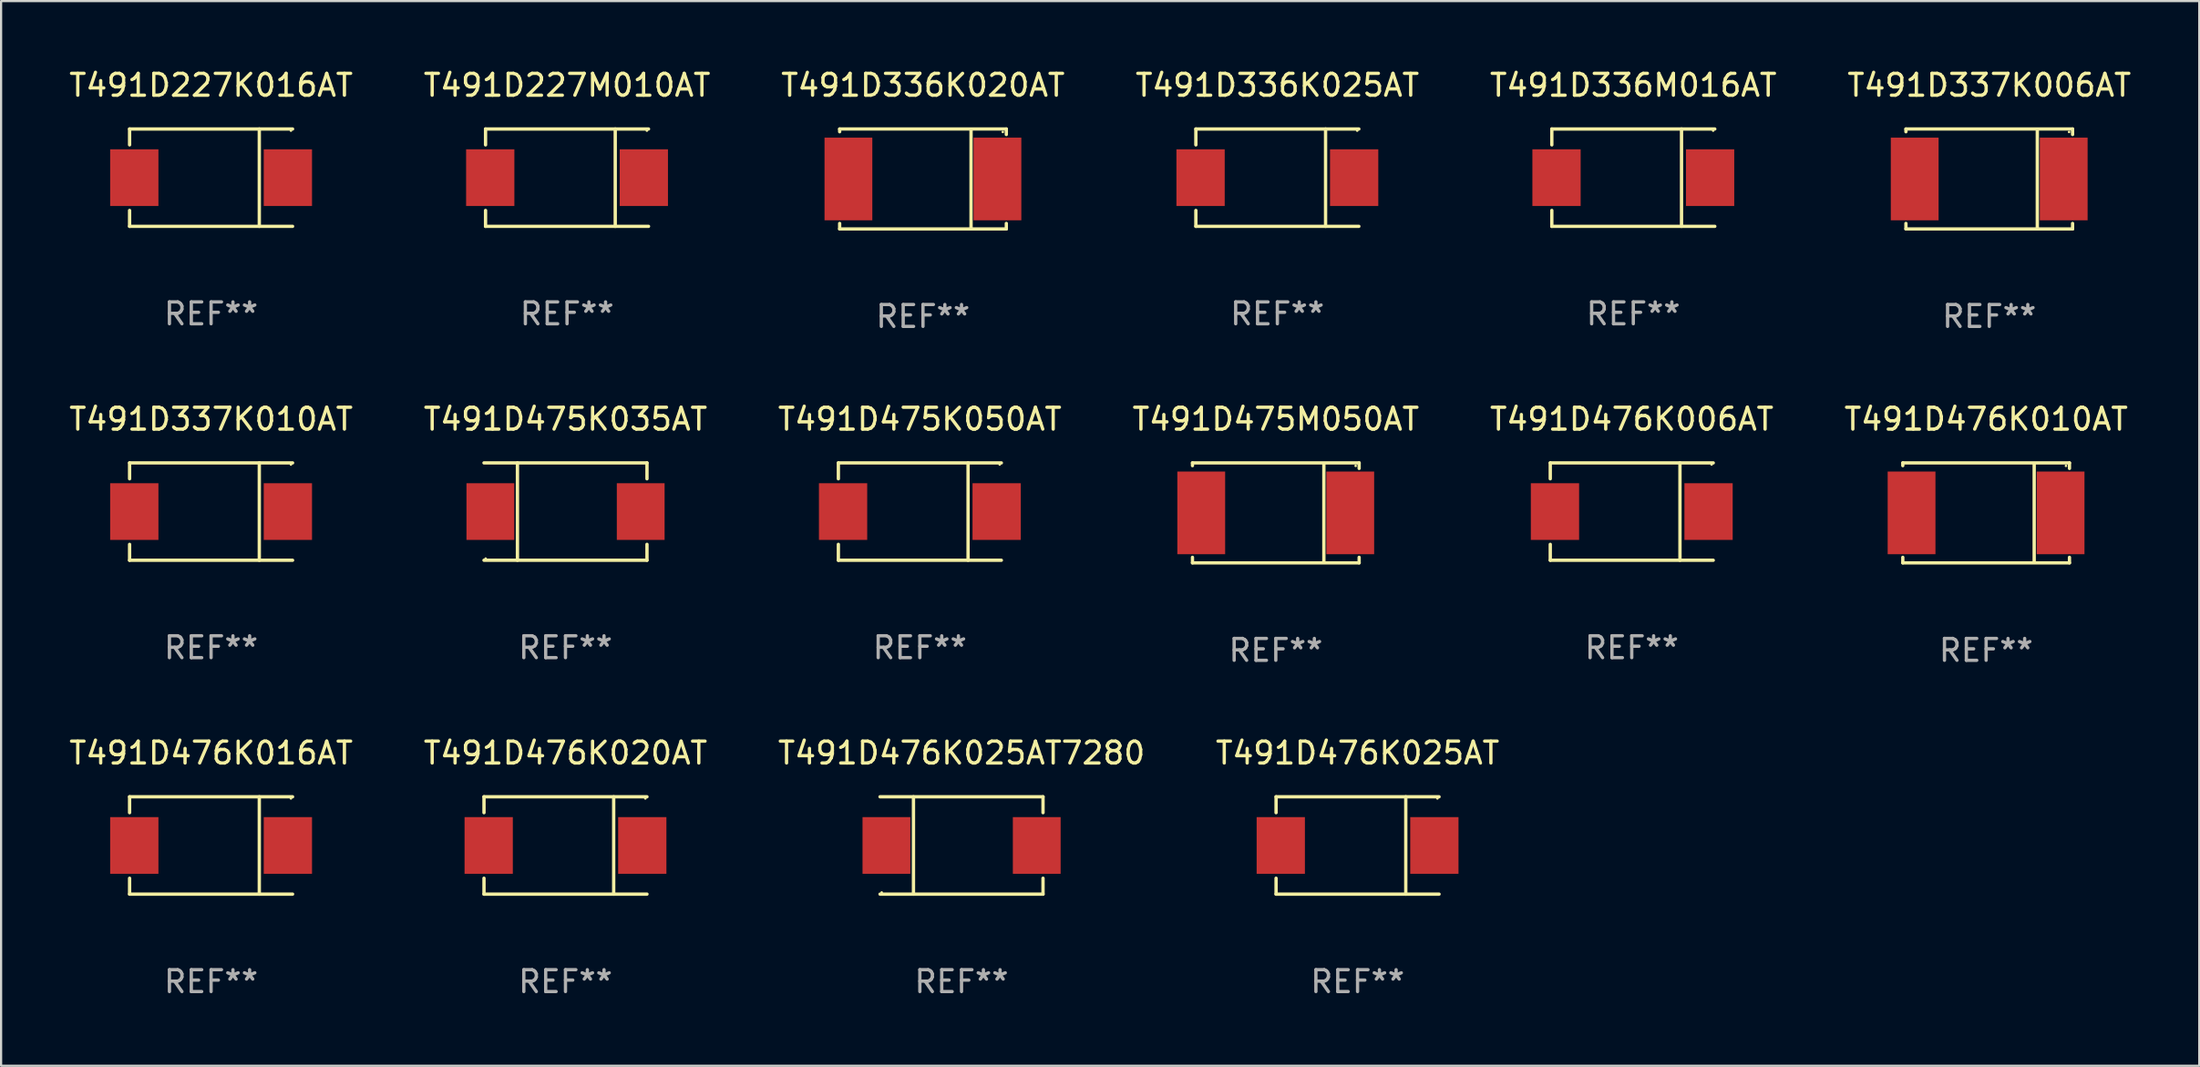
<source format=kicad_pcb>
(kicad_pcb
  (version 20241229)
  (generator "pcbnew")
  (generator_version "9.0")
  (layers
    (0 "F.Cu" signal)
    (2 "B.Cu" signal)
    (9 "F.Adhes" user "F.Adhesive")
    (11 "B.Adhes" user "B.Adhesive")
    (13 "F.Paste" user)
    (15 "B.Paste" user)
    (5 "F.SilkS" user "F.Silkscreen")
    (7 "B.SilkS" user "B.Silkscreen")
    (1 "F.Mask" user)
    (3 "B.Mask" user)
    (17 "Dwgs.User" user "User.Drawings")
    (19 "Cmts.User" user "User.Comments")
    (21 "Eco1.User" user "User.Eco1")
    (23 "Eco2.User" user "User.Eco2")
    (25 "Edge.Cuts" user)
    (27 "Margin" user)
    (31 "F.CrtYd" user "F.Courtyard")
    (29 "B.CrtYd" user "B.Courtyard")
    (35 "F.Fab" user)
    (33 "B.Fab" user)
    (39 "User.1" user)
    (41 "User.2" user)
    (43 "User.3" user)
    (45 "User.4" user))
  (footprint "T491D337K006AT"
    (layer "F.Cu")
    (at 87.899 5.134)
    (property "Reference" "T491D337K006AT" (at 0 -4.286 0) (layer "F.SilkS") (effects (font (size 1 1) (thickness 0.15))))
    (attr through_hole)
    (fp_line (start -3.81 -2.286) (end -3.81 -2.159) (stroke (width 0.15) (type solid)) (layer "F.SilkS"))
    (fp_line (start -3.81 2.032) (end -3.81 2.286) (stroke (width 0.15) (type solid)) (layer "F.SilkS"))
    (fp_line (start -3.81 2.286) (end 3.81 2.286) (stroke (width 0.15) (type solid)) (layer "F.SilkS"))
    (fp_line (start 2.197 -2.226) (end 2.197 2.226) (stroke (width 0.152) (type solid)) (layer "F.SilkS"))
    (fp_line (start 3.81 -2.286) (end -3.81 -2.286) (stroke (width 0.15) (type solid)) (layer "F.SilkS"))
    (fp_line (start 3.81 -2.032) (end 3.81 -2.286) (stroke (width 0.15) (type solid)) (layer "F.SilkS"))
    (fp_line (start 3.81 2.286) (end 3.81 2.032) (stroke (width 0.15) (type solid)) (layer "F.SilkS"))
    (fp_circle (center 3.65 -2.15) (end 3.68 -2.15) (stroke (width 0.06) (type solid)) (fill no) (layer "F.SilkS"))
    (fp_text user "REF**" (at 0 6.286 0) (layer "F.Fab") (effects (font (size 1 1) (thickness 0.15))))
    (pad "1" smd rect (at 3.404 0 180) (size 2.185 3.78) (layers "F.Cu" "F.Mask" "F.Paste"))
    (pad "2" smd rect (at -3.409 0 180) (size 2.185 3.78) (layers "F.Cu" "F.Mask" "F.Paste")))
  (footprint "T491D336K020AT"
    (layer "F.Cu")
    (at 39.149 5.134)
    (property "Reference" "T491D336K020AT" (at 0 -4.286 0) (layer "F.SilkS") (effects (font (size 1 1) (thickness 0.15))))
    (attr through_hole)
    (fp_line (start -3.81 -2.286) (end -3.81 -2.159) (stroke (width 0.15) (type solid)) (layer "F.SilkS"))
    (fp_line (start -3.81 2.032) (end -3.81 2.286) (stroke (width 0.15) (type solid)) (layer "F.SilkS"))
    (fp_line (start -3.81 2.286) (end 3.81 2.286) (stroke (width 0.15) (type solid)) (layer "F.SilkS"))
    (fp_line (start 2.197 -2.226) (end 2.197 2.226) (stroke (width 0.152) (type solid)) (layer "F.SilkS"))
    (fp_line (start 3.81 -2.286) (end -3.81 -2.286) (stroke (width 0.15) (type solid)) (layer "F.SilkS"))
    (fp_line (start 3.81 -2.032) (end 3.81 -2.286) (stroke (width 0.15) (type solid)) (layer "F.SilkS"))
    (fp_line (start 3.81 2.286) (end 3.81 2.032) (stroke (width 0.15) (type solid)) (layer "F.SilkS"))
    (fp_circle (center 3.65 -2.15) (end 3.68 -2.15) (stroke (width 0.06) (type solid)) (fill no) (layer "F.SilkS"))
    (fp_text user "REF**" (at 0 6.286 0) (layer "F.Fab") (effects (font (size 1 1) (thickness 0.15))))
    (pad "1" smd rect (at 3.404 0 180) (size 2.185 3.78) (layers "F.Cu" "F.Mask" "F.Paste"))
    (pad "2" smd rect (at -3.409 0 180) (size 2.185 3.78) (layers "F.Cu" "F.Mask" "F.Paste")))
  (footprint "T491D336K025AT"
    (layer "F.Cu")
    (at 55.351 5.074)
    (property "Reference" "T491D336K025AT" (at 0 -4.226 0) (layer "F.SilkS") (effects (font (size 1 1) (thickness 0.15))))
    (attr through_hole)
    (fp_line (start -3.726 -2.226) (end -3.726 -1.499) (stroke (width 0.152) (type solid)) (layer "F.SilkS"))
    (fp_line (start -3.726 -2.226) (end 3.726 -2.226) (stroke (width 0.152) (type solid)) (layer "F.SilkS"))
    (fp_line (start -3.726 2.226) (end -3.726 1.499) (stroke (width 0.152) (type solid)) (layer "F.SilkS"))
    (fp_line (start -3.726 2.226) (end 3.726 2.226) (stroke (width 0.152) (type solid)) (layer "F.SilkS"))
    (fp_line (start 2.204 -2.226) (end 2.204 2.226) (stroke (width 0.152) (type solid)) (layer "F.SilkS"))
    (fp_circle (center 3.65 -2.15) (end 3.68 -2.15) (stroke (width 0.06) (type solid)) (fill no) (layer "F.SilkS"))
    (fp_text user "REF**" (at 0 6.226 0) (layer "F.Fab") (effects (font (size 1 1) (thickness 0.15))))
    (pad "1" smd rect (at 3.511 0) (size 2.207 2.592) (layers "F.Cu" "F.Mask" "F.Paste"))
    (pad "2" smd rect (at -3.511 0) (size 2.207 2.592) (layers "F.Cu" "F.Mask" "F.Paste")))
  (footprint "T491D337K010AT"
    (layer "F.Cu")
    (at 6.601 20.343)
    (property "Reference" "T491D337K010AT" (at 0 -4.226 0) (layer "F.SilkS") (effects (font (size 1 1) (thickness 0.15))))
    (attr through_hole)
    (fp_line (start -3.726 -2.226) (end -3.726 -1.499) (stroke (width 0.152) (type solid)) (layer "F.SilkS"))
    (fp_line (start -3.726 -2.226) (end 3.726 -2.226) (stroke (width 0.152) (type solid)) (layer "F.SilkS"))
    (fp_line (start -3.726 2.226) (end -3.726 1.499) (stroke (width 0.152) (type solid)) (layer "F.SilkS"))
    (fp_line (start -3.726 2.226) (end 3.726 2.226) (stroke (width 0.152) (type solid)) (layer "F.SilkS"))
    (fp_line (start 2.204 -2.226) (end 2.204 2.226) (stroke (width 0.152) (type solid)) (layer "F.SilkS"))
    (fp_circle (center 3.65 -2.15) (end 3.68 -2.15) (stroke (width 0.06) (type solid)) (fill no) (layer "F.SilkS"))
    (fp_text user "REF**" (at 0 6.226 0) (layer "F.Fab") (effects (font (size 1 1) (thickness 0.15))))
    (pad "1" smd rect (at 3.511 0) (size 2.207 2.592) (layers "F.Cu" "F.Mask" "F.Paste"))
    (pad "2" smd rect (at -3.511 0) (size 2.207 2.592) (layers "F.Cu" "F.Mask" "F.Paste")))
  (footprint "T491D476K025AT7280"
    (layer "F.Cu")
    (at 40.911 35.611)
    (property "Reference" "T491D476K025AT7280" (at 0 -4.226 0) (layer "F.SilkS") (effects (font (size 1 1) (thickness 0.15))))
    (attr through_hole)
    (fp_line (start -3.726 -2.226) (end 3.726 -2.226) (stroke (width 0.152) (type solid)) (layer "F.SilkS"))
    (fp_line (start -3.726 2.226) (end 3.726 2.226) (stroke (width 0.152) (type solid)) (layer "F.SilkS"))
    (fp_line (start -2.197 -2.226) (end -2.197 2.226) (stroke (width 0.152) (type solid)) (layer "F.SilkS"))
    (fp_line (start 3.726 -2.226) (end 3.726 -1.499) (stroke (width 0.152) (type solid)) (layer "F.SilkS"))
    (fp_line (start 3.726 2.226) (end 3.726 1.499) (stroke (width 0.152) (type solid)) (layer "F.SilkS"))
    (fp_circle (center -3.65 2.15) (end -3.62 2.15) (stroke (width 0.06) (type solid)) (fill no) (layer "F.SilkS"))
    (fp_text user "REF**" (at 0 6.226 0) (layer "F.Fab") (effects (font (size 1 1) (thickness 0.15))))
    (pad "1" smd rect (at -3.434 0 180) (size 2.185 2.592) (layers "F.Cu" "F.Mask" "F.Paste"))
    (pad "2" smd rect (at 3.439 0 180) (size 2.185 2.592) (layers "F.Cu" "F.Mask" "F.Paste")))
  (footprint "T491D476K025AT"
    (layer "F.Cu")
    (at 59.018 35.611)
    (property "Reference" "T491D476K025AT" (at 0 -4.226 0) (layer "F.SilkS") (effects (font (size 1 1) (thickness 0.15))))
    (attr through_hole)
    (fp_line (start -3.726 -2.226) (end -3.726 -1.499) (stroke (width 0.152) (type solid)) (layer "F.SilkS"))
    (fp_line (start -3.726 -2.226) (end 3.726 -2.226) (stroke (width 0.152) (type solid)) (layer "F.SilkS"))
    (fp_line (start -3.726 2.226) (end -3.726 1.499) (stroke (width 0.152) (type solid)) (layer "F.SilkS"))
    (fp_line (start -3.726 2.226) (end 3.726 2.226) (stroke (width 0.152) (type solid)) (layer "F.SilkS"))
    (fp_line (start 2.204 -2.226) (end 2.204 2.226) (stroke (width 0.152) (type solid)) (layer "F.SilkS"))
    (fp_circle (center 3.65 -2.15) (end 3.68 -2.15) (stroke (width 0.06) (type solid)) (fill no) (layer "F.SilkS"))
    (fp_text user "REF**" (at 0 6.226 0) (layer "F.Fab") (effects (font (size 1 1) (thickness 0.15))))
    (pad "1" smd rect (at 3.511 0) (size 2.207 2.592) (layers "F.Cu" "F.Mask" "F.Paste"))
    (pad "2" smd rect (at -3.511 0) (size 2.207 2.592) (layers "F.Cu" "F.Mask" "F.Paste")))
  (footprint "T491D476K020AT"
    (layer "F.Cu")
    (at 22.804 35.611)
    (property "Reference" "T491D476K020AT" (at 0 -4.226 0) (layer "F.SilkS") (effects (font (size 1 1) (thickness 0.15))))
    (attr through_hole)
    (fp_line (start -3.726 -2.226) (end -3.726 -1.499) (stroke (width 0.152) (type solid)) (layer "F.SilkS"))
    (fp_line (start -3.726 -2.226) (end 3.726 -2.226) (stroke (width 0.152) (type solid)) (layer "F.SilkS"))
    (fp_line (start -3.726 2.226) (end -3.726 1.499) (stroke (width 0.152) (type solid)) (layer "F.SilkS"))
    (fp_line (start -3.726 2.226) (end 3.726 2.226) (stroke (width 0.152) (type solid)) (layer "F.SilkS"))
    (fp_line (start 2.204 -2.226) (end 2.204 2.226) (stroke (width 0.152) (type solid)) (layer "F.SilkS"))
    (fp_circle (center 3.65 -2.15) (end 3.68 -2.15) (stroke (width 0.06) (type solid)) (fill no) (layer "F.SilkS"))
    (fp_text user "REF**" (at 0 6.226 0) (layer "F.Fab") (effects (font (size 1 1) (thickness 0.15))))
    (pad "1" smd rect (at 3.511 0) (size 2.207 2.592) (layers "F.Cu" "F.Mask" "F.Paste"))
    (pad "2" smd rect (at -3.511 0) (size 2.207 2.592) (layers "F.Cu" "F.Mask" "F.Paste")))
  (footprint "T491D476K016AT"
    (layer "F.Cu")
    (at 6.601 35.611)
    (property "Reference" "T491D476K016AT" (at 0 -4.226 0) (layer "F.SilkS") (effects (font (size 1 1) (thickness 0.15))))
    (attr through_hole)
    (fp_line (start -3.726 -2.226) (end -3.726 -1.499) (stroke (width 0.152) (type solid)) (layer "F.SilkS"))
    (fp_line (start -3.726 -2.226) (end 3.726 -2.226) (stroke (width 0.152) (type solid)) (layer "F.SilkS"))
    (fp_line (start -3.726 2.226) (end -3.726 1.499) (stroke (width 0.152) (type solid)) (layer "F.SilkS"))
    (fp_line (start -3.726 2.226) (end 3.726 2.226) (stroke (width 0.152) (type solid)) (layer "F.SilkS"))
    (fp_line (start 2.204 -2.226) (end 2.204 2.226) (stroke (width 0.152) (type solid)) (layer "F.SilkS"))
    (fp_circle (center 3.65 -2.15) (end 3.68 -2.15) (stroke (width 0.06) (type solid)) (fill no) (layer "F.SilkS"))
    (fp_text user "REF**" (at 0 6.226 0) (layer "F.Fab") (effects (font (size 1 1) (thickness 0.15))))
    (pad "1" smd rect (at 3.511 0) (size 2.207 2.592) (layers "F.Cu" "F.Mask" "F.Paste"))
    (pad "2" smd rect (at -3.511 0) (size 2.207 2.592) (layers "F.Cu" "F.Mask" "F.Paste")))
  (footprint "T491D475K035AT"
    (layer "F.Cu")
    (at 22.804 20.343)
    (property "Reference" "T491D475K035AT" (at 0 -4.226 0) (layer "F.SilkS") (effects (font (size 1 1) (thickness 0.15))))
    (attr through_hole)
    (fp_line (start -3.726 -2.226) (end 3.726 -2.226) (stroke (width 0.152) (type solid)) (layer "F.SilkS"))
    (fp_line (start -3.726 2.226) (end 3.726 2.226) (stroke (width 0.152) (type solid)) (layer "F.SilkS"))
    (fp_line (start -2.197 -2.226) (end -2.197 2.226) (stroke (width 0.152) (type solid)) (layer "F.SilkS"))
    (fp_line (start 3.726 -2.226) (end 3.726 -1.499) (stroke (width 0.152) (type solid)) (layer "F.SilkS"))
    (fp_line (start 3.726 2.226) (end 3.726 1.499) (stroke (width 0.152) (type solid)) (layer "F.SilkS"))
    (fp_circle (center -3.65 2.15) (end -3.62 2.15) (stroke (width 0.06) (type solid)) (fill no) (layer "F.SilkS"))
    (fp_text user "REF**" (at 0 6.226 0) (layer "F.Fab") (effects (font (size 1 1) (thickness 0.15))))
    (pad "1" smd rect (at -3.434 0 180) (size 2.185 2.592) (layers "F.Cu" "F.Mask" "F.Paste"))
    (pad "2" smd rect (at 3.439 0 180) (size 2.185 2.592) (layers "F.Cu" "F.Mask" "F.Paste")))
  (footprint "T491D475M050AT"
    (layer "F.Cu")
    (at 55.28 20.403)
    (property "Reference" "T491D475M050AT" (at 0 -4.286 0) (layer "F.SilkS") (effects (font (size 1 1) (thickness 0.15))))
    (attr through_hole)
    (fp_line (start -3.81 -2.286) (end -3.81 -2.159) (stroke (width 0.15) (type solid)) (layer "F.SilkS"))
    (fp_line (start -3.81 2.032) (end -3.81 2.286) (stroke (width 0.15) (type solid)) (layer "F.SilkS"))
    (fp_line (start -3.81 2.286) (end 3.81 2.286) (stroke (width 0.15) (type solid)) (layer "F.SilkS"))
    (fp_line (start 2.197 -2.226) (end 2.197 2.226) (stroke (width 0.152) (type solid)) (layer "F.SilkS"))
    (fp_line (start 3.81 -2.286) (end -3.81 -2.286) (stroke (width 0.15) (type solid)) (layer "F.SilkS"))
    (fp_line (start 3.81 -2.032) (end 3.81 -2.286) (stroke (width 0.15) (type solid)) (layer "F.SilkS"))
    (fp_line (start 3.81 2.286) (end 3.81 2.032) (stroke (width 0.15) (type solid)) (layer "F.SilkS"))
    (fp_circle (center 3.65 -2.15) (end 3.68 -2.15) (stroke (width 0.06) (type solid)) (fill no) (layer "F.SilkS"))
    (fp_text user "REF**" (at 0 6.286 0) (layer "F.Fab") (effects (font (size 1 1) (thickness 0.15))))
    (pad "1" smd rect (at 3.404 0 180) (size 2.185 3.78) (layers "F.Cu" "F.Mask" "F.Paste"))
    (pad "2" smd rect (at -3.409 0 180) (size 2.185 3.78) (layers "F.Cu" "F.Mask" "F.Paste")))
  (footprint "T491D227K016AT"
    (layer "F.Cu")
    (at 6.601 5.074)
    (property "Reference" "T491D227K016AT" (at 0 -4.226 0) (layer "F.SilkS") (effects (font (size 1 1) (thickness 0.15))))
    (attr through_hole)
    (fp_line (start -3.726 -2.226) (end -3.726 -1.499) (stroke (width 0.152) (type solid)) (layer "F.SilkS"))
    (fp_line (start -3.726 -2.226) (end 3.726 -2.226) (stroke (width 0.152) (type solid)) (layer "F.SilkS"))
    (fp_line (start -3.726 2.226) (end -3.726 1.499) (stroke (width 0.152) (type solid)) (layer "F.SilkS"))
    (fp_line (start -3.726 2.226) (end 3.726 2.226) (stroke (width 0.152) (type solid)) (layer "F.SilkS"))
    (fp_line (start 2.204 -2.226) (end 2.204 2.226) (stroke (width 0.152) (type solid)) (layer "F.SilkS"))
    (fp_circle (center 3.65 -2.15) (end 3.68 -2.15) (stroke (width 0.06) (type solid)) (fill no) (layer "F.SilkS"))
    (fp_text user "REF**" (at 0 6.226 0) (layer "F.Fab") (effects (font (size 1 1) (thickness 0.15))))
    (pad "1" smd rect (at 3.511 0) (size 2.207 2.592) (layers "F.Cu" "F.Mask" "F.Paste"))
    (pad "2" smd rect (at -3.511 0) (size 2.207 2.592) (layers "F.Cu" "F.Mask" "F.Paste")))
  (footprint "T491D476K006AT"
    (layer "F.Cu")
    (at 71.554 20.343)
    (property "Reference" "T491D476K006AT" (at 0 -4.226 0) (layer "F.SilkS") (effects (font (size 1 1) (thickness 0.15))))
    (attr through_hole)
    (fp_line (start -3.726 -2.226) (end -3.726 -1.499) (stroke (width 0.152) (type solid)) (layer "F.SilkS"))
    (fp_line (start -3.726 -2.226) (end 3.726 -2.226) (stroke (width 0.152) (type solid)) (layer "F.SilkS"))
    (fp_line (start -3.726 2.226) (end -3.726 1.499) (stroke (width 0.152) (type solid)) (layer "F.SilkS"))
    (fp_line (start -3.726 2.226) (end 3.726 2.226) (stroke (width 0.152) (type solid)) (layer "F.SilkS"))
    (fp_line (start 2.204 -2.226) (end 2.204 2.226) (stroke (width 0.152) (type solid)) (layer "F.SilkS"))
    (fp_circle (center 3.65 -2.15) (end 3.68 -2.15) (stroke (width 0.06) (type solid)) (fill no) (layer "F.SilkS"))
    (fp_text user "REF**" (at 0 6.226 0) (layer "F.Fab") (effects (font (size 1 1) (thickness 0.15))))
    (pad "1" smd rect (at 3.511 0) (size 2.207 2.592) (layers "F.Cu" "F.Mask" "F.Paste"))
    (pad "2" smd rect (at -3.511 0) (size 2.207 2.592) (layers "F.Cu" "F.Mask" "F.Paste")))
  (footprint "T491D476K010AT"
    (layer "F.Cu")
    (at 87.756 20.403)
    (property "Reference" "T491D476K010AT" (at 0 -4.286 0) (layer "F.SilkS") (effects (font (size 1 1) (thickness 0.15))))
    (attr through_hole)
    (fp_line (start -3.81 -2.286) (end -3.81 -2.159) (stroke (width 0.15) (type solid)) (layer "F.SilkS"))
    (fp_line (start -3.81 2.032) (end -3.81 2.286) (stroke (width 0.15) (type solid)) (layer "F.SilkS"))
    (fp_line (start -3.81 2.286) (end 3.81 2.286) (stroke (width 0.15) (type solid)) (layer "F.SilkS"))
    (fp_line (start 2.197 -2.226) (end 2.197 2.226) (stroke (width 0.152) (type solid)) (layer "F.SilkS"))
    (fp_line (start 3.81 -2.286) (end -3.81 -2.286) (stroke (width 0.15) (type solid)) (layer "F.SilkS"))
    (fp_line (start 3.81 -2.032) (end 3.81 -2.286) (stroke (width 0.15) (type solid)) (layer "F.SilkS"))
    (fp_line (start 3.81 2.286) (end 3.81 2.032) (stroke (width 0.15) (type solid)) (layer "F.SilkS"))
    (fp_circle (center 3.65 -2.15) (end 3.68 -2.15) (stroke (width 0.06) (type solid)) (fill no) (layer "F.SilkS"))
    (fp_text user "REF**" (at 0 6.286 0) (layer "F.Fab") (effects (font (size 1 1) (thickness 0.15))))
    (pad "1" smd rect (at 3.404 0 180) (size 2.185 3.78) (layers "F.Cu" "F.Mask" "F.Paste"))
    (pad "2" smd rect (at -3.409 0 180) (size 2.185 3.78) (layers "F.Cu" "F.Mask" "F.Paste")))
  (footprint "T491D336M016AT"
    (layer "F.Cu")
    (at 71.625 5.074)
    (property "Reference" "T491D336M016AT" (at 0 -4.226 0) (layer "F.SilkS") (effects (font (size 1 1) (thickness 0.15))))
    (attr through_hole)
    (fp_line (start -3.726 -2.226) (end -3.726 -1.499) (stroke (width 0.152) (type solid)) (layer "F.SilkS"))
    (fp_line (start -3.726 -2.226) (end 3.726 -2.226) (stroke (width 0.152) (type solid)) (layer "F.SilkS"))
    (fp_line (start -3.726 2.226) (end -3.726 1.499) (stroke (width 0.152) (type solid)) (layer "F.SilkS"))
    (fp_line (start -3.726 2.226) (end 3.726 2.226) (stroke (width 0.152) (type solid)) (layer "F.SilkS"))
    (fp_line (start 2.204 -2.226) (end 2.204 2.226) (stroke (width 0.152) (type solid)) (layer "F.SilkS"))
    (fp_circle (center 3.65 -2.15) (end 3.68 -2.15) (stroke (width 0.06) (type solid)) (fill no) (layer "F.SilkS"))
    (fp_text user "REF**" (at 0 6.226 0) (layer "F.Fab") (effects (font (size 1 1) (thickness 0.15))))
    (pad "1" smd rect (at 3.511 0) (size 2.207 2.592) (layers "F.Cu" "F.Mask" "F.Paste"))
    (pad "2" smd rect (at -3.511 0) (size 2.207 2.592) (layers "F.Cu" "F.Mask" "F.Paste")))
  (footprint "T491D227M010AT"
    (layer "F.Cu")
    (at 22.875 5.074)
    (property "Reference" "T491D227M010AT" (at 0 -4.226 0) (layer "F.SilkS") (effects (font (size 1 1) (thickness 0.15))))
    (attr through_hole)
    (fp_line (start -3.726 -2.226) (end -3.726 -1.499) (stroke (width 0.152) (type solid)) (layer "F.SilkS"))
    (fp_line (start -3.726 -2.226) (end 3.726 -2.226) (stroke (width 0.152) (type solid)) (layer "F.SilkS"))
    (fp_line (start -3.726 2.226) (end -3.726 1.499) (stroke (width 0.152) (type solid)) (layer "F.SilkS"))
    (fp_line (start -3.726 2.226) (end 3.726 2.226) (stroke (width 0.152) (type solid)) (layer "F.SilkS"))
    (fp_line (start 2.204 -2.226) (end 2.204 2.226) (stroke (width 0.152) (type solid)) (layer "F.SilkS"))
    (fp_circle (center 3.65 -2.15) (end 3.68 -2.15) (stroke (width 0.06) (type solid)) (fill no) (layer "F.SilkS"))
    (fp_text user "REF**" (at 0 6.226 0) (layer "F.Fab") (effects (font (size 1 1) (thickness 0.15))))
    (pad "1" smd rect (at 3.511 0) (size 2.207 2.592) (layers "F.Cu" "F.Mask" "F.Paste"))
    (pad "2" smd rect (at -3.511 0) (size 2.207 2.592) (layers "F.Cu" "F.Mask" "F.Paste")))
  (footprint "T491D475K050AT"
    (layer "F.Cu")
    (at 39.006 20.343)
    (property "Reference" "T491D475K050AT" (at 0 -4.226 0) (layer "F.SilkS") (effects (font (size 1 1) (thickness 0.15))))
    (attr through_hole)
    (fp_line (start -3.726 -2.226) (end -3.726 -1.499) (stroke (width 0.152) (type solid)) (layer "F.SilkS"))
    (fp_line (start -3.726 -2.226) (end 3.726 -2.226) (stroke (width 0.152) (type solid)) (layer "F.SilkS"))
    (fp_line (start -3.726 2.226) (end -3.726 1.499) (stroke (width 0.152) (type solid)) (layer "F.SilkS"))
    (fp_line (start -3.726 2.226) (end 3.726 2.226) (stroke (width 0.152) (type solid)) (layer "F.SilkS"))
    (fp_line (start 2.204 -2.226) (end 2.204 2.226) (stroke (width 0.152) (type solid)) (layer "F.SilkS"))
    (fp_circle (center 3.65 -2.15) (end 3.68 -2.15) (stroke (width 0.06) (type solid)) (fill no) (layer "F.SilkS"))
    (fp_text user "REF**" (at 0 6.226 0) (layer "F.Fab") (effects (font (size 1 1) (thickness 0.15))))
    (pad "1" smd rect (at 3.511 0) (size 2.207 2.592) (layers "F.Cu" "F.Mask" "F.Paste"))
    (pad "2" smd rect (at -3.511 0) (size 2.207 2.592) (layers "F.Cu" "F.Mask" "F.Paste")))
  (gr_rect
    (start -3 -3)
    (end 97.5 45.686)
    (stroke (width 0.1) (type default))
    (fill no)
    (layer "Edge.Cuts")))
</source>
